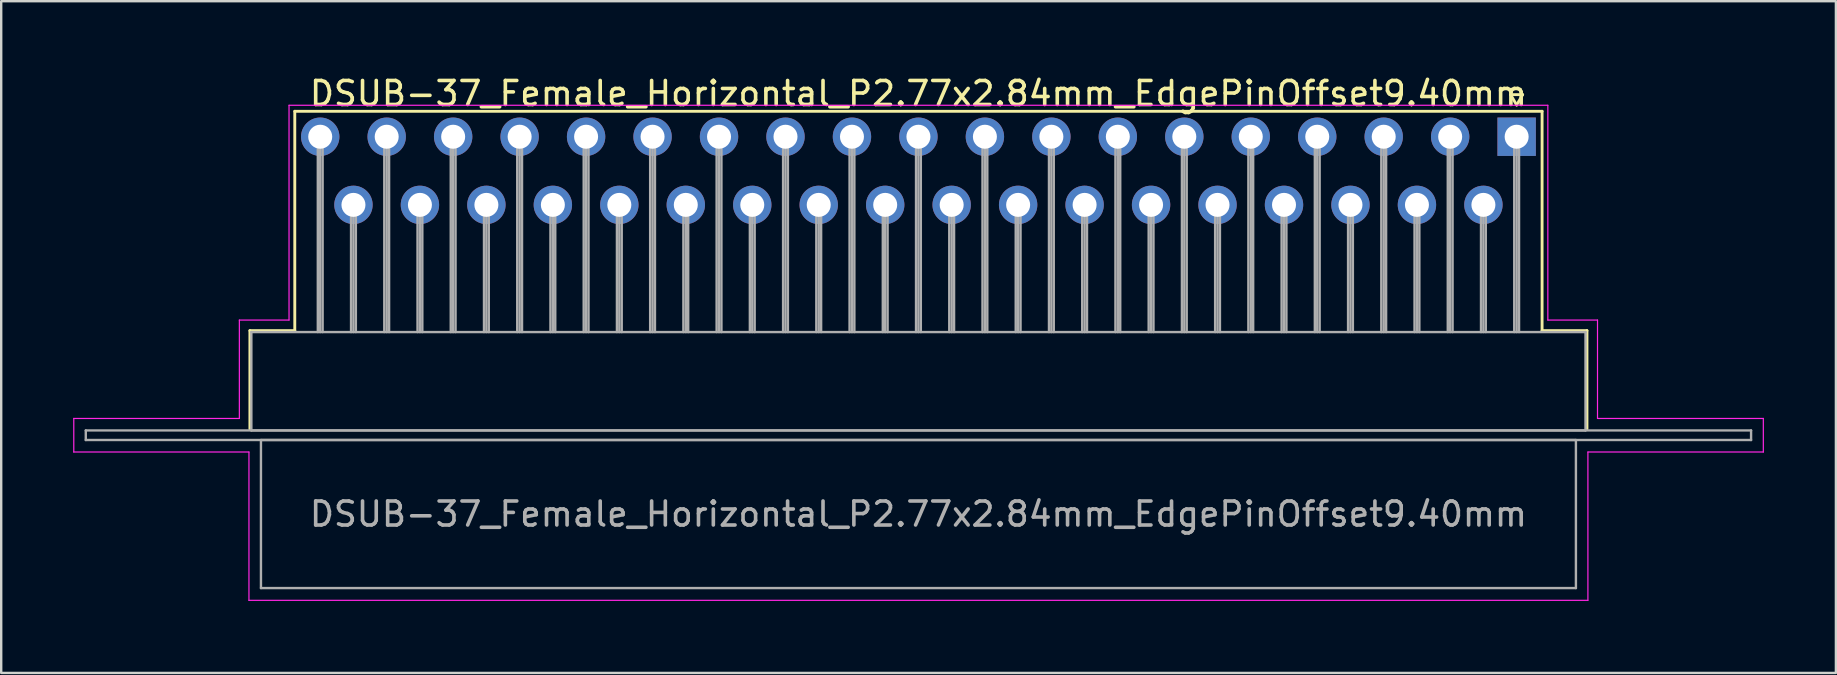
<source format=kicad_pcb>
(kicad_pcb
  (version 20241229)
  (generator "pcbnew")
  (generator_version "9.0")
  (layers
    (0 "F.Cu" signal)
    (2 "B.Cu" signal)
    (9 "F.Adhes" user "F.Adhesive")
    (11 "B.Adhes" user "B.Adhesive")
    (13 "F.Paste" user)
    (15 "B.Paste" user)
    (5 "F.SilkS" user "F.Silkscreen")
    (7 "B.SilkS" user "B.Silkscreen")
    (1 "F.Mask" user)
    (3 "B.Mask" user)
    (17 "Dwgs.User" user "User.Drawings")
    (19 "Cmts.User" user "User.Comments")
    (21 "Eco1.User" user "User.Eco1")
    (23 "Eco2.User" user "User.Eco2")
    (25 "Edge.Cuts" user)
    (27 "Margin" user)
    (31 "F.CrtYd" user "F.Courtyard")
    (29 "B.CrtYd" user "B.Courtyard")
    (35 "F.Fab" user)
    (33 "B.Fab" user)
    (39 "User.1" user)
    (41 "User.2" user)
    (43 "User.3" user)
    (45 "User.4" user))
  (footprint "DSUB-37_Female_Horizontal_P2.77x2.84mm_EdgePinOffset9.40mm"
    (layer "F.Cu")
    (at 60.155 2.648)
    (property "Reference" "DSUB-37_Female_Horizontal_P2.77x2.84mm_EdgePinOffset9.40mm" (at -24.93 -1.8 0) (layer "F.SilkS") (effects (font (size 1 1) (thickness 0.15))))
    (attr through_hole)
    (fp_line (start -52.79 8.08) (end -50.92 8.08) (stroke (width 0.12) (type solid)) (layer "F.SilkS"))
    (fp_line (start -52.79 12.18) (end -52.79 8.08) (stroke (width 0.12) (type solid)) (layer "F.SilkS"))
    (fp_line (start -50.92 -1.06) (end 1.06 -1.06) (stroke (width 0.12) (type solid)) (layer "F.SilkS"))
    (fp_line (start -50.92 8.08) (end -50.92 -1.06) (stroke (width 0.12) (type solid)) (layer "F.SilkS"))
    (fp_line (start -0.25 -1.754) (end 0.25 -1.754) (stroke (width 0.12) (type solid)) (layer "F.SilkS"))
    (fp_line (start 0 -1.321) (end -0.25 -1.754) (stroke (width 0.12) (type solid)) (layer "F.SilkS"))
    (fp_line (start 0.25 -1.754) (end 0 -1.321) (stroke (width 0.12) (type solid)) (layer "F.SilkS"))
    (fp_line (start 1.06 -1.06) (end 1.06 8.08) (stroke (width 0.12) (type solid)) (layer "F.SilkS"))
    (fp_line (start 1.06 8.08) (end 2.93 8.08) (stroke (width 0.12) (type solid)) (layer "F.SilkS"))
    (fp_line (start 2.93 8.08) (end 2.93 12.18) (stroke (width 0.12) (type solid)) (layer "F.SilkS"))
    (fp_line (start -60.13 11.74) (end -53.23 11.74) (stroke (width 0.05) (type solid)) (layer "F.CrtYd"))
    (fp_line (start -60.13 13.14) (end -60.13 11.74) (stroke (width 0.05) (type solid)) (layer "F.CrtYd"))
    (fp_line (start -53.23 7.64) (end -51.16 7.64) (stroke (width 0.05) (type solid)) (layer "F.CrtYd"))
    (fp_line (start -53.23 11.74) (end -53.23 7.64) (stroke (width 0.05) (type solid)) (layer "F.CrtYd"))
    (fp_line (start -52.83 13.14) (end -60.13 13.14) (stroke (width 0.05) (type solid)) (layer "F.CrtYd"))
    (fp_line (start -52.83 19.32) (end -52.83 13.14) (stroke (width 0.05) (type solid)) (layer "F.CrtYd"))
    (fp_line (start -51.16 -1.31) (end 1.3 -1.31) (stroke (width 0.05) (type solid)) (layer "F.CrtYd"))
    (fp_line (start -51.16 7.64) (end -51.16 -1.31) (stroke (width 0.05) (type solid)) (layer "F.CrtYd"))
    (fp_line (start 1.3 -1.31) (end 1.3 7.64) (stroke (width 0.05) (type solid)) (layer "F.CrtYd"))
    (fp_line (start 1.3 7.64) (end 3.37 7.64) (stroke (width 0.05) (type solid)) (layer "F.CrtYd"))
    (fp_line (start 2.97 13.14) (end 2.97 19.32) (stroke (width 0.05) (type solid)) (layer "F.CrtYd"))
    (fp_line (start 2.97 19.32) (end -52.83 19.32) (stroke (width 0.05) (type solid)) (layer "F.CrtYd"))
    (fp_line (start 3.37 7.64) (end 3.37 11.74) (stroke (width 0.05) (type solid)) (layer "F.CrtYd"))
    (fp_line (start 3.37 11.74) (end 10.28 11.74) (stroke (width 0.05) (type solid)) (layer "F.CrtYd"))
    (fp_line (start 10.28 11.74) (end 10.28 13.14) (stroke (width 0.05) (type solid)) (layer "F.CrtYd"))
    (fp_line (start 10.28 13.14) (end 2.97 13.14) (stroke (width 0.05) (type solid)) (layer "F.CrtYd"))
    (fp_line (start -59.63 12.24) (end -59.63 12.64) (stroke (width 0.1) (type solid)) (layer "F.Fab"))
    (fp_line (start -59.63 12.64) (end 9.77 12.64) (stroke (width 0.1) (type solid)) (layer "F.Fab"))
    (fp_line (start -52.73 8.14) (end -52.73 12.24) (stroke (width 0.1) (type solid)) (layer "F.Fab"))
    (fp_line (start -52.73 12.24) (end 2.87 12.24) (stroke (width 0.1) (type solid)) (layer "F.Fab"))
    (fp_line (start -52.33 12.64) (end -52.33 18.81) (stroke (width 0.1) (type solid)) (layer "F.Fab"))
    (fp_line (start -52.33 18.81) (end 2.47 18.81) (stroke (width 0.1) (type solid)) (layer "F.Fab"))
    (fp_line (start -49.96 0) (end -49.96 8.14) (stroke (width 0.1) (type solid)) (layer "F.Fab"))
    (fp_line (start -49.86 0) (end -49.86 8.14) (stroke (width 0.1) (type solid)) (layer "F.Fab"))
    (fp_line (start -49.76 0) (end -49.76 8.14) (stroke (width 0.1) (type solid)) (layer "F.Fab"))
    (fp_line (start -48.575 2.84) (end -48.575 8.14) (stroke (width 0.1) (type solid)) (layer "F.Fab"))
    (fp_line (start -48.475 2.84) (end -48.475 8.14) (stroke (width 0.1) (type solid)) (layer "F.Fab"))
    (fp_line (start -48.375 2.84) (end -48.375 8.14) (stroke (width 0.1) (type solid)) (layer "F.Fab"))
    (fp_line (start -47.19 0) (end -47.19 8.14) (stroke (width 0.1) (type solid)) (layer "F.Fab"))
    (fp_line (start -47.09 0) (end -47.09 8.14) (stroke (width 0.1) (type solid)) (layer "F.Fab"))
    (fp_line (start -46.99 0) (end -46.99 8.14) (stroke (width 0.1) (type solid)) (layer "F.Fab"))
    (fp_line (start -45.805 2.84) (end -45.805 8.14) (stroke (width 0.1) (type solid)) (layer "F.Fab"))
    (fp_line (start -45.705 2.84) (end -45.705 8.14) (stroke (width 0.1) (type solid)) (layer "F.Fab"))
    (fp_line (start -45.605 2.84) (end -45.605 8.14) (stroke (width 0.1) (type solid)) (layer "F.Fab"))
    (fp_line (start -44.42 0) (end -44.42 8.14) (stroke (width 0.1) (type solid)) (layer "F.Fab"))
    (fp_line (start -44.32 0) (end -44.32 8.14) (stroke (width 0.1) (type solid)) (layer "F.Fab"))
    (fp_line (start -44.22 0) (end -44.22 8.14) (stroke (width 0.1) (type solid)) (layer "F.Fab"))
    (fp_line (start -43.035 2.84) (end -43.035 8.14) (stroke (width 0.1) (type solid)) (layer "F.Fab"))
    (fp_line (start -42.935 2.84) (end -42.935 8.14) (stroke (width 0.1) (type solid)) (layer "F.Fab"))
    (fp_line (start -42.835 2.84) (end -42.835 8.14) (stroke (width 0.1) (type solid)) (layer "F.Fab"))
    (fp_line (start -41.65 0) (end -41.65 8.14) (stroke (width 0.1) (type solid)) (layer "F.Fab"))
    (fp_line (start -41.55 0) (end -41.55 8.14) (stroke (width 0.1) (type solid)) (layer "F.Fab"))
    (fp_line (start -41.45 0) (end -41.45 8.14) (stroke (width 0.1) (type solid)) (layer "F.Fab"))
    (fp_line (start -40.265 2.84) (end -40.265 8.14) (stroke (width 0.1) (type solid)) (layer "F.Fab"))
    (fp_line (start -40.165 2.84) (end -40.165 8.14) (stroke (width 0.1) (type solid)) (layer "F.Fab"))
    (fp_line (start -40.065 2.84) (end -40.065 8.14) (stroke (width 0.1) (type solid)) (layer "F.Fab"))
    (fp_line (start -38.88 0) (end -38.88 8.14) (stroke (width 0.1) (type solid)) (layer "F.Fab"))
    (fp_line (start -38.78 0) (end -38.78 8.14) (stroke (width 0.1) (type solid)) (layer "F.Fab"))
    (fp_line (start -38.68 0) (end -38.68 8.14) (stroke (width 0.1) (type solid)) (layer "F.Fab"))
    (fp_line (start -37.495 2.84) (end -37.495 8.14) (stroke (width 0.1) (type solid)) (layer "F.Fab"))
    (fp_line (start -37.395 2.84) (end -37.395 8.14) (stroke (width 0.1) (type solid)) (layer "F.Fab"))
    (fp_line (start -37.295 2.84) (end -37.295 8.14) (stroke (width 0.1) (type solid)) (layer "F.Fab"))
    (fp_line (start -36.11 0) (end -36.11 8.14) (stroke (width 0.1) (type solid)) (layer "F.Fab"))
    (fp_line (start -36.01 0) (end -36.01 8.14) (stroke (width 0.1) (type solid)) (layer "F.Fab"))
    (fp_line (start -35.91 0) (end -35.91 8.14) (stroke (width 0.1) (type solid)) (layer "F.Fab"))
    (fp_line (start -34.725 2.84) (end -34.725 8.14) (stroke (width 0.1) (type solid)) (layer "F.Fab"))
    (fp_line (start -34.625 2.84) (end -34.625 8.14) (stroke (width 0.1) (type solid)) (layer "F.Fab"))
    (fp_line (start -34.525 2.84) (end -34.525 8.14) (stroke (width 0.1) (type solid)) (layer "F.Fab"))
    (fp_line (start -33.34 0) (end -33.34 8.14) (stroke (width 0.1) (type solid)) (layer "F.Fab"))
    (fp_line (start -33.24 0) (end -33.24 8.14) (stroke (width 0.1) (type solid)) (layer "F.Fab"))
    (fp_line (start -33.14 0) (end -33.14 8.14) (stroke (width 0.1) (type solid)) (layer "F.Fab"))
    (fp_line (start -31.955 2.84) (end -31.955 8.14) (stroke (width 0.1) (type solid)) (layer "F.Fab"))
    (fp_line (start -31.855 2.84) (end -31.855 8.14) (stroke (width 0.1) (type solid)) (layer "F.Fab"))
    (fp_line (start -31.755 2.84) (end -31.755 8.14) (stroke (width 0.1) (type solid)) (layer "F.Fab"))
    (fp_line (start -30.57 0) (end -30.57 8.14) (stroke (width 0.1) (type solid)) (layer "F.Fab"))
    (fp_line (start -30.47 0) (end -30.47 8.14) (stroke (width 0.1) (type solid)) (layer "F.Fab"))
    (fp_line (start -30.37 0) (end -30.37 8.14) (stroke (width 0.1) (type solid)) (layer "F.Fab"))
    (fp_line (start -29.185 2.84) (end -29.185 8.14) (stroke (width 0.1) (type solid)) (layer "F.Fab"))
    (fp_line (start -29.085 2.84) (end -29.085 8.14) (stroke (width 0.1) (type solid)) (layer "F.Fab"))
    (fp_line (start -28.985 2.84) (end -28.985 8.14) (stroke (width 0.1) (type solid)) (layer "F.Fab"))
    (fp_line (start -27.8 0) (end -27.8 8.14) (stroke (width 0.1) (type solid)) (layer "F.Fab"))
    (fp_line (start -27.7 0) (end -27.7 8.14) (stroke (width 0.1) (type solid)) (layer "F.Fab"))
    (fp_line (start -27.6 0) (end -27.6 8.14) (stroke (width 0.1) (type solid)) (layer "F.Fab"))
    (fp_line (start -26.415 2.84) (end -26.415 8.14) (stroke (width 0.1) (type solid)) (layer "F.Fab"))
    (fp_line (start -26.315 2.84) (end -26.315 8.14) (stroke (width 0.1) (type solid)) (layer "F.Fab"))
    (fp_line (start -26.215 2.84) (end -26.215 8.14) (stroke (width 0.1) (type solid)) (layer "F.Fab"))
    (fp_line (start -25.03 0) (end -25.03 8.14) (stroke (width 0.1) (type solid)) (layer "F.Fab"))
    (fp_line (start -24.93 0) (end -24.93 8.14) (stroke (width 0.1) (type solid)) (layer "F.Fab"))
    (fp_line (start -24.83 0) (end -24.83 8.14) (stroke (width 0.1) (type solid)) (layer "F.Fab"))
    (fp_line (start -23.645 2.84) (end -23.645 8.14) (stroke (width 0.1) (type solid)) (layer "F.Fab"))
    (fp_line (start -23.545 2.84) (end -23.545 8.14) (stroke (width 0.1) (type solid)) (layer "F.Fab"))
    (fp_line (start -23.445 2.84) (end -23.445 8.14) (stroke (width 0.1) (type solid)) (layer "F.Fab"))
    (fp_line (start -22.26 0) (end -22.26 8.14) (stroke (width 0.1) (type solid)) (layer "F.Fab"))
    (fp_line (start -22.16 0) (end -22.16 8.14) (stroke (width 0.1) (type solid)) (layer "F.Fab"))
    (fp_line (start -22.06 0) (end -22.06 8.14) (stroke (width 0.1) (type solid)) (layer "F.Fab"))
    (fp_line (start -20.875 2.84) (end -20.875 8.14) (stroke (width 0.1) (type solid)) (layer "F.Fab"))
    (fp_line (start -20.775 2.84) (end -20.775 8.14) (stroke (width 0.1) (type solid)) (layer "F.Fab"))
    (fp_line (start -20.675 2.84) (end -20.675 8.14) (stroke (width 0.1) (type solid)) (layer "F.Fab"))
    (fp_line (start -19.49 0) (end -19.49 8.14) (stroke (width 0.1) (type solid)) (layer "F.Fab"))
    (fp_line (start -19.39 0) (end -19.39 8.14) (stroke (width 0.1) (type solid)) (layer "F.Fab"))
    (fp_line (start -19.29 0) (end -19.29 8.14) (stroke (width 0.1) (type solid)) (layer "F.Fab"))
    (fp_line (start -18.105 2.84) (end -18.105 8.14) (stroke (width 0.1) (type solid)) (layer "F.Fab"))
    (fp_line (start -18.005 2.84) (end -18.005 8.14) (stroke (width 0.1) (type solid)) (layer "F.Fab"))
    (fp_line (start -17.905 2.84) (end -17.905 8.14) (stroke (width 0.1) (type solid)) (layer "F.Fab"))
    (fp_line (start -16.72 0) (end -16.72 8.14) (stroke (width 0.1) (type solid)) (layer "F.Fab"))
    (fp_line (start -16.62 0) (end -16.62 8.14) (stroke (width 0.1) (type solid)) (layer "F.Fab"))
    (fp_line (start -16.52 0) (end -16.52 8.14) (stroke (width 0.1) (type solid)) (layer "F.Fab"))
    (fp_line (start -15.335 2.84) (end -15.335 8.14) (stroke (width 0.1) (type solid)) (layer "F.Fab"))
    (fp_line (start -15.235 2.84) (end -15.235 8.14) (stroke (width 0.1) (type solid)) (layer "F.Fab"))
    (fp_line (start -15.135 2.84) (end -15.135 8.14) (stroke (width 0.1) (type solid)) (layer "F.Fab"))
    (fp_line (start -13.95 0) (end -13.95 8.14) (stroke (width 0.1) (type solid)) (layer "F.Fab"))
    (fp_line (start -13.85 0) (end -13.85 8.14) (stroke (width 0.1) (type solid)) (layer "F.Fab"))
    (fp_line (start -13.75 0) (end -13.75 8.14) (stroke (width 0.1) (type solid)) (layer "F.Fab"))
    (fp_line (start -12.565 2.84) (end -12.565 8.14) (stroke (width 0.1) (type solid)) (layer "F.Fab"))
    (fp_line (start -12.465 2.84) (end -12.465 8.14) (stroke (width 0.1) (type solid)) (layer "F.Fab"))
    (fp_line (start -12.365 2.84) (end -12.365 8.14) (stroke (width 0.1) (type solid)) (layer "F.Fab"))
    (fp_line (start -11.18 0) (end -11.18 8.14) (stroke (width 0.1) (type solid)) (layer "F.Fab"))
    (fp_line (start -11.08 0) (end -11.08 8.14) (stroke (width 0.1) (type solid)) (layer "F.Fab"))
    (fp_line (start -10.98 0) (end -10.98 8.14) (stroke (width 0.1) (type solid)) (layer "F.Fab"))
    (fp_line (start -9.795 2.84) (end -9.795 8.14) (stroke (width 0.1) (type solid)) (layer "F.Fab"))
    (fp_line (start -9.695 2.84) (end -9.695 8.14) (stroke (width 0.1) (type solid)) (layer "F.Fab"))
    (fp_line (start -9.595 2.84) (end -9.595 8.14) (stroke (width 0.1) (type solid)) (layer "F.Fab"))
    (fp_line (start -8.41 0) (end -8.41 8.14) (stroke (width 0.1) (type solid)) (layer "F.Fab"))
    (fp_line (start -8.31 0) (end -8.31 8.14) (stroke (width 0.1) (type solid)) (layer "F.Fab"))
    (fp_line (start -8.21 0) (end -8.21 8.14) (stroke (width 0.1) (type solid)) (layer "F.Fab"))
    (fp_line (start -7.025 2.84) (end -7.025 8.14) (stroke (width 0.1) (type solid)) (layer "F.Fab"))
    (fp_line (start -6.925 2.84) (end -6.925 8.14) (stroke (width 0.1) (type solid)) (layer "F.Fab"))
    (fp_line (start -6.825 2.84) (end -6.825 8.14) (stroke (width 0.1) (type solid)) (layer "F.Fab"))
    (fp_line (start -5.64 0) (end -5.64 8.14) (stroke (width 0.1) (type solid)) (layer "F.Fab"))
    (fp_line (start -5.54 0) (end -5.54 8.14) (stroke (width 0.1) (type solid)) (layer "F.Fab"))
    (fp_line (start -5.44 0) (end -5.44 8.14) (stroke (width 0.1) (type solid)) (layer "F.Fab"))
    (fp_line (start -4.255 2.84) (end -4.255 8.14) (stroke (width 0.1) (type solid)) (layer "F.Fab"))
    (fp_line (start -4.155 2.84) (end -4.155 8.14) (stroke (width 0.1) (type solid)) (layer "F.Fab"))
    (fp_line (start -4.055 2.84) (end -4.055 8.14) (stroke (width 0.1) (type solid)) (layer "F.Fab"))
    (fp_line (start -2.87 0) (end -2.87 8.14) (stroke (width 0.1) (type solid)) (layer "F.Fab"))
    (fp_line (start -2.77 0) (end -2.77 8.14) (stroke (width 0.1) (type solid)) (layer "F.Fab"))
    (fp_line (start -2.67 0) (end -2.67 8.14) (stroke (width 0.1) (type solid)) (layer "F.Fab"))
    (fp_line (start -1.485 2.84) (end -1.485 8.14) (stroke (width 0.1) (type solid)) (layer "F.Fab"))
    (fp_line (start -1.385 2.84) (end -1.385 8.14) (stroke (width 0.1) (type solid)) (layer "F.Fab"))
    (fp_line (start -1.285 2.84) (end -1.285 8.14) (stroke (width 0.1) (type solid)) (layer "F.Fab"))
    (fp_line (start -0.1 0) (end -0.1 8.14) (stroke (width 0.1) (type solid)) (layer "F.Fab"))
    (fp_line (start 0 0) (end 0 8.14) (stroke (width 0.1) (type solid)) (layer "F.Fab"))
    (fp_line (start 0.1 0) (end 0.1 8.14) (stroke (width 0.1) (type solid)) (layer "F.Fab"))
    (fp_line (start 2.47 12.64) (end -52.33 12.64) (stroke (width 0.1) (type solid)) (layer "F.Fab"))
    (fp_line (start 2.47 18.81) (end 2.47 12.64) (stroke (width 0.1) (type solid)) (layer "F.Fab"))
    (fp_line (start 2.87 8.14) (end -52.73 8.14) (stroke (width 0.1) (type solid)) (layer "F.Fab"))
    (fp_line (start 2.87 12.24) (end 2.87 8.14) (stroke (width 0.1) (type solid)) (layer "F.Fab"))
    (fp_line (start 9.77 12.24) (end -59.63 12.24) (stroke (width 0.1) (type solid)) (layer "F.Fab"))
    (fp_line (start 9.77 12.64) (end 9.77 12.24) (stroke (width 0.1) (type solid)) (layer "F.Fab"))
    (fp_text user "${REFERENCE}" (at -24.93 15.725 0) (layer "F.Fab") (effects (font (size 1 1) (thickness 0.15))))
    (pad "1" thru_hole rect (at 0 0) (size 1.6 1.6) (drill 1) (layers "*.Cu" "*.Mask"))
    (pad "2" thru_hole circle (at -2.77 0) (size 1.6 1.6) (drill 1) (layers "*.Cu" "*.Mask"))
    (pad "3" thru_hole circle (at -5.54 0) (size 1.6 1.6) (drill 1) (layers "*.Cu" "*.Mask"))
    (pad "4" thru_hole circle (at -8.31 0) (size 1.6 1.6) (drill 1) (layers "*.Cu" "*.Mask"))
    (pad "5" thru_hole circle (at -11.08 0) (size 1.6 1.6) (drill 1) (layers "*.Cu" "*.Mask"))
    (pad "6" thru_hole circle (at -13.85 0) (size 1.6 1.6) (drill 1) (layers "*.Cu" "*.Mask"))
    (pad "7" thru_hole circle (at -16.62 0) (size 1.6 1.6) (drill 1) (layers "*.Cu" "*.Mask"))
    (pad "8" thru_hole circle (at -19.39 0) (size 1.6 1.6) (drill 1) (layers "*.Cu" "*.Mask"))
    (pad "9" thru_hole circle (at -22.16 0) (size 1.6 1.6) (drill 1) (layers "*.Cu" "*.Mask"))
    (pad "10" thru_hole circle (at -24.93 0) (size 1.6 1.6) (drill 1) (layers "*.Cu" "*.Mask"))
    (pad "11" thru_hole circle (at -27.7 0) (size 1.6 1.6) (drill 1) (layers "*.Cu" "*.Mask"))
    (pad "12" thru_hole circle (at -30.47 0) (size 1.6 1.6) (drill 1) (layers "*.Cu" "*.Mask"))
    (pad "13" thru_hole circle (at -33.24 0) (size 1.6 1.6) (drill 1) (layers "*.Cu" "*.Mask"))
    (pad "14" thru_hole circle (at -36.01 0) (size 1.6 1.6) (drill 1) (layers "*.Cu" "*.Mask"))
    (pad "15" thru_hole circle (at -38.78 0) (size 1.6 1.6) (drill 1) (layers "*.Cu" "*.Mask"))
    (pad "16" thru_hole circle (at -41.55 0) (size 1.6 1.6) (drill 1) (layers "*.Cu" "*.Mask"))
    (pad "17" thru_hole circle (at -44.32 0) (size 1.6 1.6) (drill 1) (layers "*.Cu" "*.Mask"))
    (pad "18" thru_hole circle (at -47.09 0) (size 1.6 1.6) (drill 1) (layers "*.Cu" "*.Mask"))
    (pad "19" thru_hole circle (at -49.86 0) (size 1.6 1.6) (drill 1) (layers "*.Cu" "*.Mask"))
    (pad "20" thru_hole circle (at -1.385 2.84) (size 1.6 1.6) (drill 1) (layers "*.Cu" "*.Mask"))
    (pad "21" thru_hole circle (at -4.155 2.84) (size 1.6 1.6) (drill 1) (layers "*.Cu" "*.Mask"))
    (pad "22" thru_hole circle (at -6.925 2.84) (size 1.6 1.6) (drill 1) (layers "*.Cu" "*.Mask"))
    (pad "23" thru_hole circle (at -9.695 2.84) (size 1.6 1.6) (drill 1) (layers "*.Cu" "*.Mask"))
    (pad "24" thru_hole circle (at -12.465 2.84) (size 1.6 1.6) (drill 1) (layers "*.Cu" "*.Mask"))
    (pad "25" thru_hole circle (at -15.235 2.84) (size 1.6 1.6) (drill 1) (layers "*.Cu" "*.Mask"))
    (pad "26" thru_hole circle (at -18.005 2.84) (size 1.6 1.6) (drill 1) (layers "*.Cu" "*.Mask"))
    (pad "27" thru_hole circle (at -20.775 2.84) (size 1.6 1.6) (drill 1) (layers "*.Cu" "*.Mask"))
    (pad "28" thru_hole circle (at -23.545 2.84) (size 1.6 1.6) (drill 1) (layers "*.Cu" "*.Mask"))
    (pad "29" thru_hole circle (at -26.315 2.84) (size 1.6 1.6) (drill 1) (layers "*.Cu" "*.Mask"))
    (pad "30" thru_hole circle (at -29.085 2.84) (size 1.6 1.6) (drill 1) (layers "*.Cu" "*.Mask"))
    (pad "31" thru_hole circle (at -31.855 2.84) (size 1.6 1.6) (drill 1) (layers "*.Cu" "*.Mask"))
    (pad "32" thru_hole circle (at -34.625 2.84) (size 1.6 1.6) (drill 1) (layers "*.Cu" "*.Mask"))
    (pad "33" thru_hole circle (at -37.395 2.84) (size 1.6 1.6) (drill 1) (layers "*.Cu" "*.Mask"))
    (pad "34" thru_hole circle (at -40.165 2.84) (size 1.6 1.6) (drill 1) (layers "*.Cu" "*.Mask"))
    (pad "35" thru_hole circle (at -42.935 2.84) (size 1.6 1.6) (drill 1) (layers "*.Cu" "*.Mask"))
    (pad "36" thru_hole circle (at -45.705 2.84) (size 1.6 1.6) (drill 1) (layers "*.Cu" "*.Mask"))
    (pad "37" thru_hole circle (at -48.475 2.84) (size 1.6 1.6) (drill 1) (layers "*.Cu" "*.Mask")))
  (gr_rect
    (start -3 -3)
    (end 73.46 24.993)
    (stroke (width 0.1) (type default))
    (fill no)
    (layer "Edge.Cuts")))
</source>
